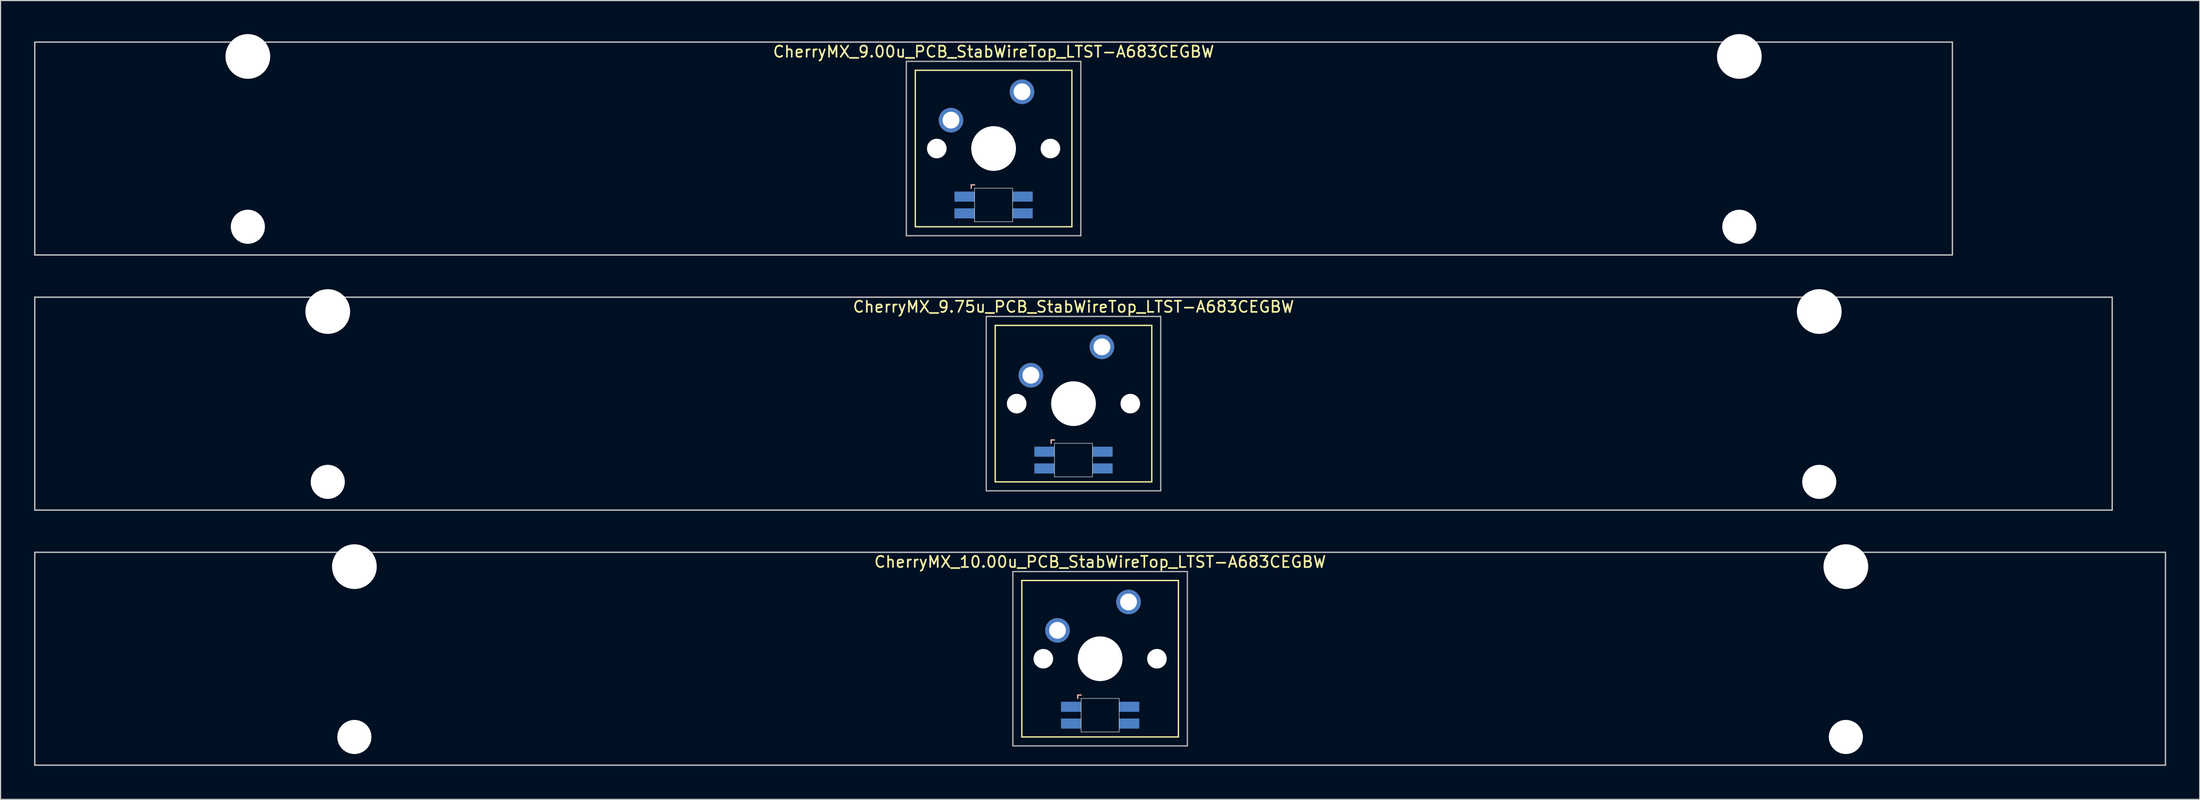
<source format=kicad_pcb>
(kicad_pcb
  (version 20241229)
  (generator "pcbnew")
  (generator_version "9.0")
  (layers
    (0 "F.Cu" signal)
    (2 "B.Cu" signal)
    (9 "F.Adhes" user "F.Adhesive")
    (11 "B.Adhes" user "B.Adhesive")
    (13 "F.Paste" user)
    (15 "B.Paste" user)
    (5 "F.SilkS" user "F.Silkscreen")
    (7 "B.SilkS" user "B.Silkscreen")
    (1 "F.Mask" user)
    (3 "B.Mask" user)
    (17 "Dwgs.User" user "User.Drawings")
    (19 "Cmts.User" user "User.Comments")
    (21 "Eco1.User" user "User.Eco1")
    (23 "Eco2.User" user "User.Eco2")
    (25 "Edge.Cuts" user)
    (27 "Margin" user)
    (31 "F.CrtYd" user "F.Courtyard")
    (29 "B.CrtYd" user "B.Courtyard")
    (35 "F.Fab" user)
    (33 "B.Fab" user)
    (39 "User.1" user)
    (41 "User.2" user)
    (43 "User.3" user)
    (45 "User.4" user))
  (footprint "CherryMX_10.00u_PCB_StabWireTop_LTST-A683CEGBW"
    (layer "F.Cu")
    (at 95.31 55.89)
    (property "Reference" "CherryMX_10.00u_PCB_StabWireTop_LTST-A683CEGBW" (at 0 -8.662 0) (layer "F.SilkS") (effects (font (size 1 1) (thickness 0.15))))
    (attr through_hole)
    (fp_line (start -7 -7) (end -7 7) (stroke (width 0.12) (type solid)) (layer "F.SilkS"))
    (fp_line (start -7 -7) (end 7 -7) (stroke (width 0.12) (type solid)) (layer "F.SilkS"))
    (fp_line (start 7 -7) (end 7 7) (stroke (width 0.12) (type solid)) (layer "F.SilkS"))
    (fp_line (start 7 7) (end -7 7) (stroke (width 0.12) (type solid)) (layer "F.SilkS"))
    (fp_line (start -2 3.25) (end -2 3.55) (stroke (width 0.12) (type solid)) (layer "B.SilkS"))
    (fp_line (start -1.7 3.25) (end -2 3.25) (stroke (width 0.12) (type solid)) (layer "B.SilkS"))
    (fp_line (start -95.25 -9.525) (end 95.25 -9.525) (stroke (width 0.12) (type solid)) (layer "Dwgs.User"))
    (fp_line (start -95.25 9.525) (end -95.25 -9.525) (stroke (width 0.12) (type solid)) (layer "Dwgs.User"))
    (fp_line (start 95.25 -9.525) (end 95.25 9.525) (stroke (width 0.12) (type solid)) (layer "Dwgs.User"))
    (fp_line (start 95.25 9.525) (end -95.25 9.525) (stroke (width 0.12) (type solid)) (layer "Dwgs.User"))
    (fp_line (start -1.7 3.55) (end 1.7 3.55) (stroke (width 0.05) (type solid)) (layer "Edge.Cuts"))
    (fp_line (start -1.7 6.55) (end -1.7 3.55) (stroke (width 0.05) (type solid)) (layer "Edge.Cuts"))
    (fp_line (start 1.7 3.55) (end 1.7 6.55) (stroke (width 0.05) (type solid)) (layer "Edge.Cuts"))
    (fp_line (start 1.7 6.55) (end -1.7 6.55) (stroke (width 0.05) (type solid)) (layer "Edge.Cuts"))
    (fp_line (start -7.8 -7.8) (end -7.8 7.8) (stroke (width 0.12) (type solid)) (layer "F.Fab"))
    (fp_line (start -7.8 -7.8) (end 7.8 -7.8) (stroke (width 0.12) (type solid)) (layer "F.Fab"))
    (fp_line (start -7.8 7.8) (end 7.8 7.8) (stroke (width 0.12) (type solid)) (layer "F.Fab"))
    (fp_line (start 7.8 -7.8) (end 7.8 7.8) (stroke (width 0.12) (type solid)) (layer "F.Fab"))
    (pad "" np_thru_hole circle (at -66.675 -8.24) (size 4 4) (drill 4) (layers "*.Cu" "*.Mask"))
    (pad "" np_thru_hole circle (at -66.675 7) (size 3.05 3.05) (drill 3.05) (layers "*.Cu" "*.Mask"))
    (pad "" np_thru_hole circle (at -5.08 0) (size 1.75 1.75) (drill 1.75) (layers "*.Cu" "*.Mask"))
    (pad "" np_thru_hole circle (at 0 0) (size 4 4) (drill 4) (layers "*.Cu" "*.Mask"))
    (pad "" np_thru_hole circle (at 5.08 0) (size 1.75 1.75) (drill 1.75) (layers "*.Cu" "*.Mask"))
    (pad "" np_thru_hole circle (at 66.675 -8.24) (size 4 4) (drill 4) (layers "*.Cu" "*.Mask"))
    (pad "" np_thru_hole circle (at 66.675 7) (size 3.05 3.05) (drill 3.05) (layers "*.Cu" "*.Mask"))
    (pad "1" thru_hole circle (at -3.81 -2.54) (size 2.2 2.2) (drill 1.5) (layers "*.Cu" "*.Mask"))
    (pad "2" thru_hole circle (at 2.54 -5.08) (size 2.2 2.2) (drill 1.5) (layers "*.Cu" "*.Mask"))
    (pad "3" smd rect (at -2.6 4.3) (size 1.8 0.9) (layers "B.Cu" "B.Mask" "B.Paste"))
    (pad "4" smd rect (at -2.6 5.8) (size 1.8 0.9) (layers "B.Cu" "B.Mask" "B.Paste"))
    (pad "5" smd rect (at 2.6 4.3) (size 1.8 0.9) (layers "B.Cu" "B.Mask" "B.Paste"))
    (pad "6" smd rect (at 2.6 5.8) (size 1.8 0.9) (layers "B.Cu" "B.Mask" "B.Paste")))
  (footprint "CherryMX_9.75u_PCB_StabWireTop_LTST-A683CEGBW"
    (layer "F.Cu")
    (at 92.929 33.065)
    (property "Reference" "CherryMX_9.75u_PCB_StabWireTop_LTST-A683CEGBW" (at 0 -8.662 0) (layer "F.SilkS") (effects (font (size 1 1) (thickness 0.15))))
    (attr through_hole)
    (fp_line (start -7 -7) (end -7 7) (stroke (width 0.12) (type solid)) (layer "F.SilkS"))
    (fp_line (start -7 -7) (end 7 -7) (stroke (width 0.12) (type solid)) (layer "F.SilkS"))
    (fp_line (start 7 -7) (end 7 7) (stroke (width 0.12) (type solid)) (layer "F.SilkS"))
    (fp_line (start 7 7) (end -7 7) (stroke (width 0.12) (type solid)) (layer "F.SilkS"))
    (fp_line (start -2 3.25) (end -2 3.55) (stroke (width 0.12) (type solid)) (layer "B.SilkS"))
    (fp_line (start -1.7 3.25) (end -2 3.25) (stroke (width 0.12) (type solid)) (layer "B.SilkS"))
    (fp_line (start -92.869 -9.525) (end 92.869 -9.525) (stroke (width 0.12) (type solid)) (layer "Dwgs.User"))
    (fp_line (start -92.869 9.525) (end -92.869 -9.525) (stroke (width 0.12) (type solid)) (layer "Dwgs.User"))
    (fp_line (start 92.869 -9.525) (end 92.869 9.525) (stroke (width 0.12) (type solid)) (layer "Dwgs.User"))
    (fp_line (start 92.869 9.525) (end -92.869 9.525) (stroke (width 0.12) (type solid)) (layer "Dwgs.User"))
    (fp_line (start -1.7 3.55) (end 1.7 3.55) (stroke (width 0.05) (type solid)) (layer "Edge.Cuts"))
    (fp_line (start -1.7 6.55) (end -1.7 3.55) (stroke (width 0.05) (type solid)) (layer "Edge.Cuts"))
    (fp_line (start 1.7 3.55) (end 1.7 6.55) (stroke (width 0.05) (type solid)) (layer "Edge.Cuts"))
    (fp_line (start 1.7 6.55) (end -1.7 6.55) (stroke (width 0.05) (type solid)) (layer "Edge.Cuts"))
    (fp_line (start -7.8 -7.8) (end -7.8 7.8) (stroke (width 0.12) (type solid)) (layer "F.Fab"))
    (fp_line (start -7.8 -7.8) (end 7.8 -7.8) (stroke (width 0.12) (type solid)) (layer "F.Fab"))
    (fp_line (start -7.8 7.8) (end 7.8 7.8) (stroke (width 0.12) (type solid)) (layer "F.Fab"))
    (fp_line (start 7.8 -7.8) (end 7.8 7.8) (stroke (width 0.12) (type solid)) (layer "F.Fab"))
    (pad "" np_thru_hole circle (at -66.675 -8.24) (size 4 4) (drill 4) (layers "*.Cu" "*.Mask"))
    (pad "" np_thru_hole circle (at -66.675 7) (size 3.05 3.05) (drill 3.05) (layers "*.Cu" "*.Mask"))
    (pad "" np_thru_hole circle (at -5.08 0) (size 1.75 1.75) (drill 1.75) (layers "*.Cu" "*.Mask"))
    (pad "" np_thru_hole circle (at 0 0) (size 4 4) (drill 4) (layers "*.Cu" "*.Mask"))
    (pad "" np_thru_hole circle (at 5.08 0) (size 1.75 1.75) (drill 1.75) (layers "*.Cu" "*.Mask"))
    (pad "" np_thru_hole circle (at 66.675 -8.24) (size 4 4) (drill 4) (layers "*.Cu" "*.Mask"))
    (pad "" np_thru_hole circle (at 66.675 7) (size 3.05 3.05) (drill 3.05) (layers "*.Cu" "*.Mask"))
    (pad "1" thru_hole circle (at -3.81 -2.54) (size 2.2 2.2) (drill 1.5) (layers "*.Cu" "*.Mask"))
    (pad "2" thru_hole circle (at 2.54 -5.08) (size 2.2 2.2) (drill 1.5) (layers "*.Cu" "*.Mask"))
    (pad "3" smd rect (at -2.6 4.3) (size 1.8 0.9) (layers "B.Cu" "B.Mask" "B.Paste"))
    (pad "4" smd rect (at -2.6 5.8) (size 1.8 0.9) (layers "B.Cu" "B.Mask" "B.Paste"))
    (pad "5" smd rect (at 2.6 4.3) (size 1.8 0.9) (layers "B.Cu" "B.Mask" "B.Paste"))
    (pad "6" smd rect (at 2.6 5.8) (size 1.8 0.9) (layers "B.Cu" "B.Mask" "B.Paste")))
  (footprint "CherryMX_9.00u_PCB_StabWireTop_LTST-A683CEGBW"
    (layer "F.Cu")
    (at 85.785 10.24)
    (property "Reference" "CherryMX_9.00u_PCB_StabWireTop_LTST-A683CEGBW" (at 0 -8.662 0) (layer "F.SilkS") (effects (font (size 1 1) (thickness 0.15))))
    (attr through_hole)
    (fp_line (start -7 -7) (end -7 7) (stroke (width 0.12) (type solid)) (layer "F.SilkS"))
    (fp_line (start -7 -7) (end 7 -7) (stroke (width 0.12) (type solid)) (layer "F.SilkS"))
    (fp_line (start 7 -7) (end 7 7) (stroke (width 0.12) (type solid)) (layer "F.SilkS"))
    (fp_line (start 7 7) (end -7 7) (stroke (width 0.12) (type solid)) (layer "F.SilkS"))
    (fp_line (start -2 3.25) (end -2 3.55) (stroke (width 0.12) (type solid)) (layer "B.SilkS"))
    (fp_line (start -1.7 3.25) (end -2 3.25) (stroke (width 0.12) (type solid)) (layer "B.SilkS"))
    (fp_line (start -85.725 -9.525) (end 85.725 -9.525) (stroke (width 0.12) (type solid)) (layer "Dwgs.User"))
    (fp_line (start -85.725 9.525) (end -85.725 -9.525) (stroke (width 0.12) (type solid)) (layer "Dwgs.User"))
    (fp_line (start 85.725 -9.525) (end 85.725 9.525) (stroke (width 0.12) (type solid)) (layer "Dwgs.User"))
    (fp_line (start 85.725 9.525) (end -85.725 9.525) (stroke (width 0.12) (type solid)) (layer "Dwgs.User"))
    (fp_line (start -1.7 3.55) (end 1.7 3.55) (stroke (width 0.05) (type solid)) (layer "Edge.Cuts"))
    (fp_line (start -1.7 6.55) (end -1.7 3.55) (stroke (width 0.05) (type solid)) (layer "Edge.Cuts"))
    (fp_line (start 1.7 3.55) (end 1.7 6.55) (stroke (width 0.05) (type solid)) (layer "Edge.Cuts"))
    (fp_line (start 1.7 6.55) (end -1.7 6.55) (stroke (width 0.05) (type solid)) (layer "Edge.Cuts"))
    (fp_line (start -7.8 -7.8) (end -7.8 7.8) (stroke (width 0.12) (type solid)) (layer "F.Fab"))
    (fp_line (start -7.8 -7.8) (end 7.8 -7.8) (stroke (width 0.12) (type solid)) (layer "F.Fab"))
    (fp_line (start -7.8 7.8) (end 7.8 7.8) (stroke (width 0.12) (type solid)) (layer "F.Fab"))
    (fp_line (start 7.8 -7.8) (end 7.8 7.8) (stroke (width 0.12) (type solid)) (layer "F.Fab"))
    (pad "" np_thru_hole circle (at -66.675 -8.24) (size 4 4) (drill 4) (layers "*.Cu" "*.Mask"))
    (pad "" np_thru_hole circle (at -66.675 7) (size 3.05 3.05) (drill 3.05) (layers "*.Cu" "*.Mask"))
    (pad "" np_thru_hole circle (at -5.08 0) (size 1.75 1.75) (drill 1.75) (layers "*.Cu" "*.Mask"))
    (pad "" np_thru_hole circle (at 0 0) (size 4 4) (drill 4) (layers "*.Cu" "*.Mask"))
    (pad "" np_thru_hole circle (at 5.08 0) (size 1.75 1.75) (drill 1.75) (layers "*.Cu" "*.Mask"))
    (pad "" np_thru_hole circle (at 66.675 -8.24) (size 4 4) (drill 4) (layers "*.Cu" "*.Mask"))
    (pad "" np_thru_hole circle (at 66.675 7) (size 3.05 3.05) (drill 3.05) (layers "*.Cu" "*.Mask"))
    (pad "1" thru_hole circle (at -3.81 -2.54) (size 2.2 2.2) (drill 1.5) (layers "*.Cu" "*.Mask"))
    (pad "2" thru_hole circle (at 2.54 -5.08) (size 2.2 2.2) (drill 1.5) (layers "*.Cu" "*.Mask"))
    (pad "3" smd rect (at -2.6 4.3) (size 1.8 0.9) (layers "B.Cu" "B.Mask" "B.Paste"))
    (pad "4" smd rect (at -2.6 5.8) (size 1.8 0.9) (layers "B.Cu" "B.Mask" "B.Paste"))
    (pad "5" smd rect (at 2.6 4.3) (size 1.8 0.9) (layers "B.Cu" "B.Mask" "B.Paste"))
    (pad "6" smd rect (at 2.6 5.8) (size 1.8 0.9) (layers "B.Cu" "B.Mask" "B.Paste")))
  (gr_rect
    (start -3 -3)
    (end 193.62 68.475)
    (stroke (width 0.1) (type default))
    (fill no)
    (layer "Edge.Cuts")))
</source>
